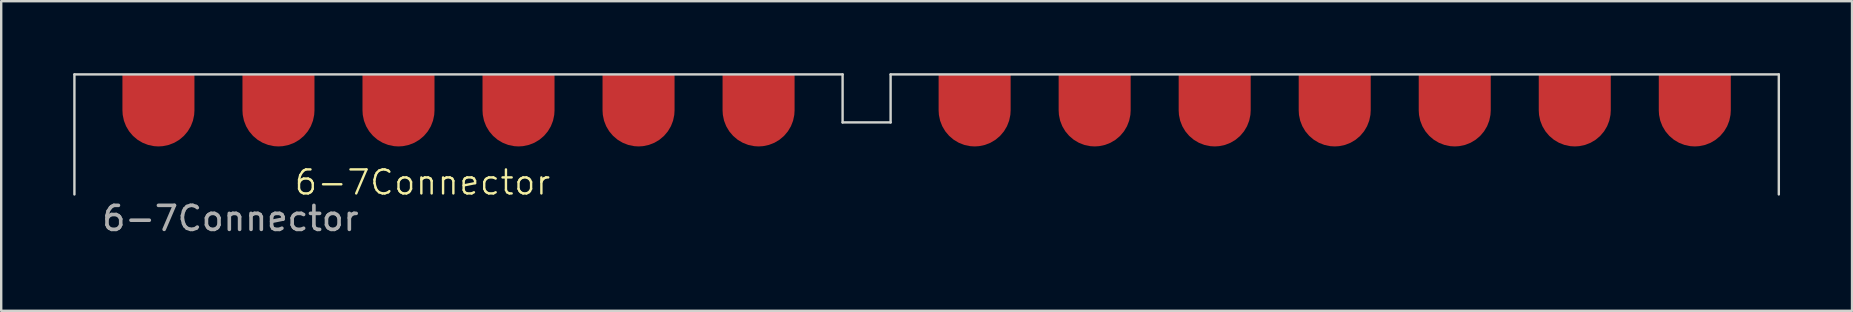
<source format=kicad_pcb>
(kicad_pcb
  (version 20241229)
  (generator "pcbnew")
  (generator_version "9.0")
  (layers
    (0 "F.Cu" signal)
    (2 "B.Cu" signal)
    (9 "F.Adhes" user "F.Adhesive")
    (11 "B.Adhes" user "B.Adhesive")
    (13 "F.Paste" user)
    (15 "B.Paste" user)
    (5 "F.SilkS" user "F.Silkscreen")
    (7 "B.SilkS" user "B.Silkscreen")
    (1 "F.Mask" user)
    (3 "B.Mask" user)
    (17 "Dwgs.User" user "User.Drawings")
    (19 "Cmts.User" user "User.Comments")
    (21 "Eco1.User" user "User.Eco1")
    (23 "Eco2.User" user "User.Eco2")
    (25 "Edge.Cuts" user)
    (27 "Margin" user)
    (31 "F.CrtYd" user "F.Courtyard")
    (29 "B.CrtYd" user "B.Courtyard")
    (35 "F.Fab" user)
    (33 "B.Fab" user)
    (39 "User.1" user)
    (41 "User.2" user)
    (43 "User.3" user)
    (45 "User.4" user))
  (footprint "6-7Connector"
    (layer "F.Cu")
    (at 6.55 3.55)
    (property "Reference" "6-7Connector" (at 8 1 0) (unlocked yes) (layer "F.SilkS") (effects (font (size 1 1) (thickness 0.1))))
    (attr smd)
    (fp_line (start -6.5 -3.5) (end -6.5 1.5) (stroke (width 0.1) (type solid)) (layer "Edge.Cuts"))
    (fp_line (start -6.5 -3.5) (end 25.5 -3.5) (stroke (width 0.1) (type default)) (layer "Edge.Cuts"))
    (fp_line (start 25.5 -3.5) (end 25.5 -1.5) (stroke (width 0.1) (type default)) (layer "Edge.Cuts"))
    (fp_line (start 25.5 -1.5) (end 27.5 -1.5) (stroke (width 0.1) (type default)) (layer "Edge.Cuts"))
    (fp_line (start 27.5 -3.5) (end 64.5 -3.5) (stroke (width 0.1) (type default)) (layer "Edge.Cuts"))
    (fp_line (start 27.5 -1.5) (end 27.5 -3.5) (stroke (width 0.1) (type default)) (layer "Edge.Cuts"))
    (fp_line (start 64.5 -3.5) (end 64.5 1.5) (stroke (width 0.1) (type solid)) (layer "Edge.Cuts"))
    (fp_text user "${REFERENCE}" (at 0 2.5 0) (unlocked yes) (layer "F.Fab") (effects (font (size 1 1) (thickness 0.15))))
    (pad "1" smd roundrect (at -3 -2) (size 3 3) (layers "F.Cu" "F.Mask" "F.Paste") (roundrect_rratio 0.5) (chamfer_ratio 0) (chamfer top_left top_right))
    (pad "2" smd roundrect (at 2 -2) (size 3 3) (layers "F.Cu" "F.Mask" "F.Paste") (roundrect_rratio 0.5) (chamfer_ratio 0) (chamfer top_left top_right))
    (pad "3" smd roundrect (at 7 -2) (size 3 3) (layers "F.Cu" "F.Mask" "F.Paste") (roundrect_rratio 0.5) (chamfer_ratio 0) (chamfer top_left top_right))
    (pad "4" smd roundrect (at 12 -2) (size 3 3) (layers "F.Cu" "F.Mask" "F.Paste") (roundrect_rratio 0.5) (chamfer_ratio 0) (chamfer top_left top_right))
    (pad "5" smd roundrect (at 17 -2) (size 3 3) (layers "F.Cu" "F.Mask" "F.Paste") (roundrect_rratio 0.5) (chamfer_ratio 0) (chamfer top_left top_right))
    (pad "6" smd roundrect (at 22 -2) (size 3 3) (layers "F.Cu" "F.Mask" "F.Paste") (roundrect_rratio 0.5) (chamfer_ratio 0) (chamfer top_left top_right))
    (pad "7" smd roundrect (at 31 -2) (size 3 3) (layers "F.Cu" "F.Mask" "F.Paste") (roundrect_rratio 0.5) (chamfer_ratio 0) (chamfer top_left top_right))
    (pad "8" smd roundrect (at 36 -2) (size 3 3) (layers "F.Cu" "F.Mask" "F.Paste") (roundrect_rratio 0.5) (chamfer_ratio 0) (chamfer top_left top_right))
    (pad "9" smd roundrect (at 41 -2) (size 3 3) (layers "F.Cu" "F.Mask" "F.Paste") (roundrect_rratio 0.5) (chamfer_ratio 0) (chamfer top_left top_right))
    (pad "10" smd roundrect (at 46 -2) (size 3 3) (layers "F.Cu" "F.Mask" "F.Paste") (roundrect_rratio 0.5) (chamfer_ratio 0) (chamfer top_left top_right))
    (pad "11" smd roundrect (at 51 -2) (size 3 3) (layers "F.Cu" "F.Mask" "F.Paste") (roundrect_rratio 0.5) (chamfer_ratio 0) (chamfer top_left top_right))
    (pad "12" smd roundrect (at 56 -2) (size 3 3) (layers "F.Cu" "F.Mask" "F.Paste") (roundrect_rratio 0.5) (chamfer_ratio 0) (chamfer top_left top_right))
    (pad "13" smd roundrect (at 61 -2) (size 3 3) (layers "F.Cu" "F.Mask" "F.Paste") (roundrect_rratio 0.5) (chamfer_ratio 0) (chamfer top_left top_right)))
  (gr_rect
    (start -3 -3)
    (end 74.1 9.898)
    (stroke (width 0.1) (type default))
    (fill no)
    (layer "Edge.Cuts")))
</source>
